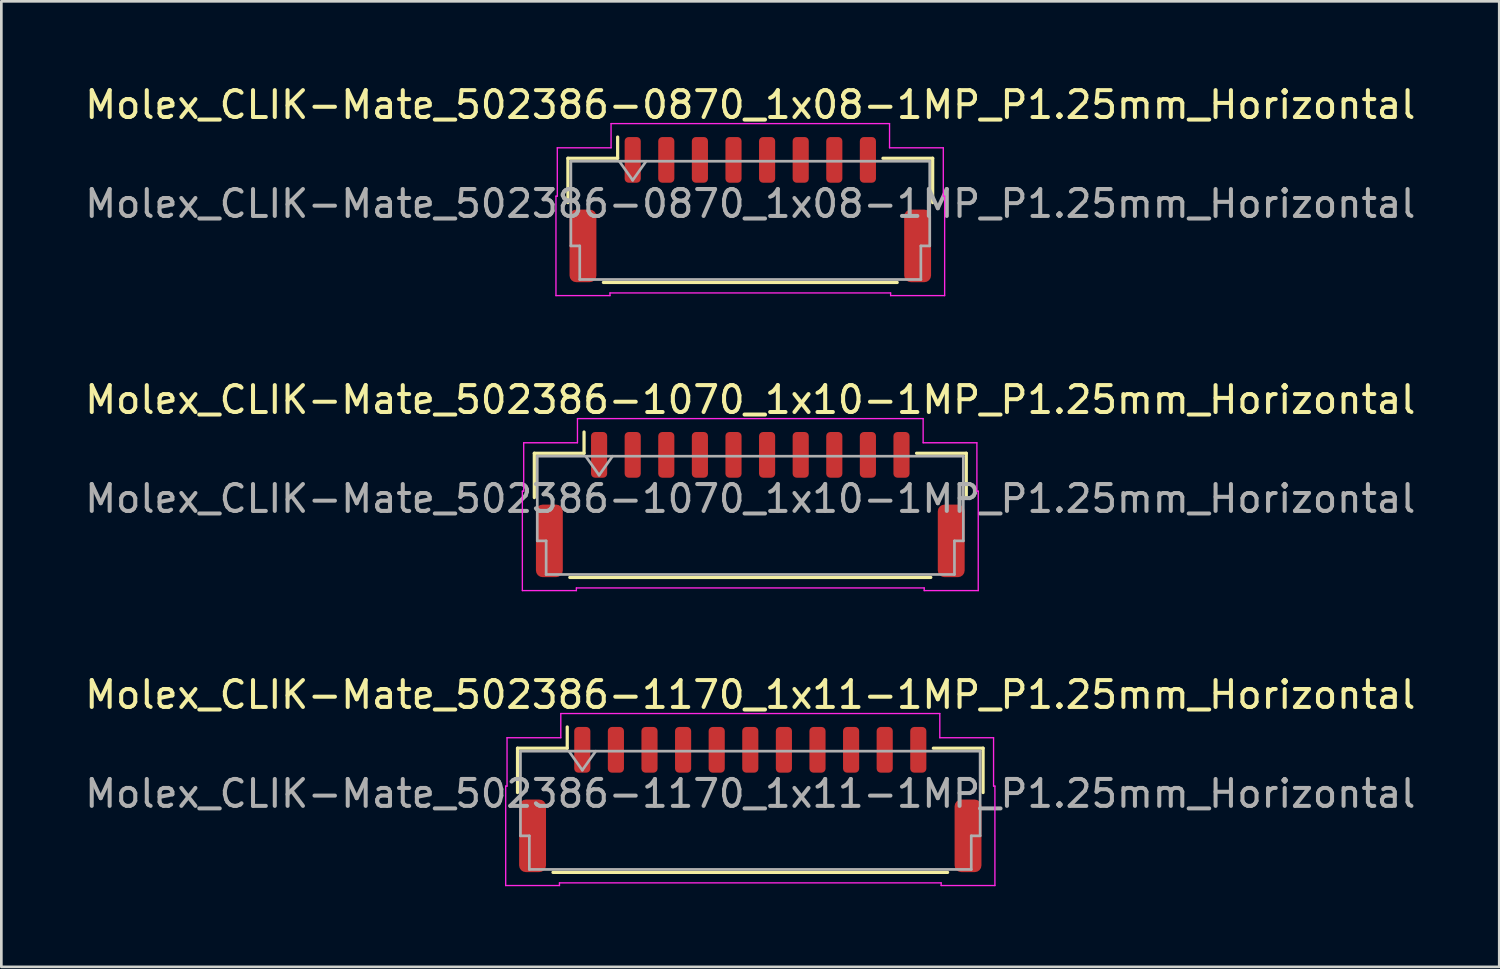
<source format=kicad_pcb>
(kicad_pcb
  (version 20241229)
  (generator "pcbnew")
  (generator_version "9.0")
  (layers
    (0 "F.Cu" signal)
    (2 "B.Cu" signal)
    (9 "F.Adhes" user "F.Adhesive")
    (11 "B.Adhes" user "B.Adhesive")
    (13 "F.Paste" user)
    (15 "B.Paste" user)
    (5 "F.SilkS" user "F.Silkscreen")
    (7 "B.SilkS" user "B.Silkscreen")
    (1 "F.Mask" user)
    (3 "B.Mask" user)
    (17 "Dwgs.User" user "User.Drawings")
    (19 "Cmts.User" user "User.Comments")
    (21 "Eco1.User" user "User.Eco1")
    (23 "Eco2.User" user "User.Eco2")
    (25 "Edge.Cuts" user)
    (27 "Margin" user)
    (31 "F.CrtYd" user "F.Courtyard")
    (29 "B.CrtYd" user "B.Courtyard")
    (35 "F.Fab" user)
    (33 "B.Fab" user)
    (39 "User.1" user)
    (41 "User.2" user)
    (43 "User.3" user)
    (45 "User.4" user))
  (footprint "Molex_CLIK-Mate_502386-1170_1x11-1MP_P1.25mm_Horizontal"
    (layer "F.Cu")
    (at 24.863 26.695)
    (property "Reference" "Molex_CLIK-Mate_502386-1170_1x11-1MP_P1.25mm_Horizontal" (at 0 -3.9 0) (layer "F.SilkS") (effects (font (size 1 1) (thickness 0.15))))
    (attr smd)
    (fp_line (start -8.66 -1.91) (end -6.81 -1.91) (stroke (width 0.12) (type solid)) (layer "F.SilkS"))
    (fp_line (start -8.66 -0.26) (end -8.66 -1.91) (stroke (width 0.12) (type solid)) (layer "F.SilkS"))
    (fp_line (start -7.34 2.71) (end 7.34 2.71) (stroke (width 0.12) (type solid)) (layer "F.SilkS"))
    (fp_line (start -6.81 -1.91) (end -6.81 -2.7) (stroke (width 0.12) (type solid)) (layer "F.SilkS"))
    (fp_line (start 8.66 -1.91) (end 6.81 -1.91) (stroke (width 0.12) (type solid)) (layer "F.SilkS"))
    (fp_line (start 8.66 -0.26) (end 8.66 -1.91) (stroke (width 0.12) (type solid)) (layer "F.SilkS"))
    (fp_line (start -9.1 -0.5) (end -9.05 -0.5) (stroke (width 0.05) (type solid)) (layer "F.CrtYd"))
    (fp_line (start -9.1 3.2) (end -9.1 -0.5) (stroke (width 0.05) (type solid)) (layer "F.CrtYd"))
    (fp_line (start -9.05 -2.3) (end -7.05 -2.3) (stroke (width 0.05) (type solid)) (layer "F.CrtYd"))
    (fp_line (start -9.05 -0.5) (end -9.05 -2.3) (stroke (width 0.05) (type solid)) (layer "F.CrtYd"))
    (fp_line (start -7.1 3.1) (end -7.1 3.2) (stroke (width 0.05) (type solid)) (layer "F.CrtYd"))
    (fp_line (start -7.1 3.2) (end -9.1 3.2) (stroke (width 0.05) (type solid)) (layer "F.CrtYd"))
    (fp_line (start -7.05 -3.2) (end 7.05 -3.2) (stroke (width 0.05) (type solid)) (layer "F.CrtYd"))
    (fp_line (start -7.05 -2.3) (end -7.05 -3.2) (stroke (width 0.05) (type solid)) (layer "F.CrtYd"))
    (fp_line (start 7.05 -3.2) (end 7.05 -2.3) (stroke (width 0.05) (type solid)) (layer "F.CrtYd"))
    (fp_line (start 7.05 -2.3) (end 9.05 -2.3) (stroke (width 0.05) (type solid)) (layer "F.CrtYd"))
    (fp_line (start 7.1 3.1) (end -7.1 3.1) (stroke (width 0.05) (type solid)) (layer "F.CrtYd"))
    (fp_line (start 7.1 3.2) (end 7.1 3.1) (stroke (width 0.05) (type solid)) (layer "F.CrtYd"))
    (fp_line (start 9.05 -2.3) (end 9.05 -0.5) (stroke (width 0.05) (type solid)) (layer "F.CrtYd"))
    (fp_line (start 9.05 -0.5) (end 9.1 -0.5) (stroke (width 0.05) (type solid)) (layer "F.CrtYd"))
    (fp_line (start 9.1 -0.5) (end 9.1 3.2) (stroke (width 0.05) (type solid)) (layer "F.CrtYd"))
    (fp_line (start 9.1 3.2) (end 7.1 3.2) (stroke (width 0.05) (type solid)) (layer "F.CrtYd"))
    (fp_line (start -8.55 -1.8) (end -8.55 1.35) (stroke (width 0.1) (type solid)) (layer "F.Fab"))
    (fp_line (start -8.55 -1.8) (end 8.55 -1.8) (stroke (width 0.1) (type solid)) (layer "F.Fab"))
    (fp_line (start -8.55 1.35) (end -8.22 1.35) (stroke (width 0.1) (type solid)) (layer "F.Fab"))
    (fp_line (start -8.22 1.35) (end -8.22 2.6) (stroke (width 0.1) (type solid)) (layer "F.Fab"))
    (fp_line (start -8.22 2.6) (end 8.22 2.6) (stroke (width 0.1) (type solid)) (layer "F.Fab"))
    (fp_line (start -6.75 -1.8) (end -6.25 -1.093) (stroke (width 0.1) (type solid)) (layer "F.Fab"))
    (fp_line (start -6.25 -1.093) (end -5.75 -1.8) (stroke (width 0.1) (type solid)) (layer "F.Fab"))
    (fp_line (start 8.22 1.35) (end 8.55 1.35) (stroke (width 0.1) (type solid)) (layer "F.Fab"))
    (fp_line (start 8.22 2.6) (end 8.22 1.35) (stroke (width 0.1) (type solid)) (layer "F.Fab"))
    (fp_line (start 8.55 -1.8) (end 8.55 1.35) (stroke (width 0.1) (type solid)) (layer "F.Fab"))
    (fp_text user "${REFERENCE}" (at 0 -0.22 0) (layer "F.Fab") (effects (font (size 1 1) (thickness 0.15))))
    (pad "1" smd roundrect (at -6.25 -1.85) (size 0.6 1.7) (layers "F.Cu" "F.Mask" "F.Paste") (roundrect_rratio 0.25))
    (pad "2" smd roundrect (at -5 -1.85) (size 0.6 1.7) (layers "F.Cu" "F.Mask" "F.Paste") (roundrect_rratio 0.25))
    (pad "3" smd roundrect (at -3.75 -1.85) (size 0.6 1.7) (layers "F.Cu" "F.Mask" "F.Paste") (roundrect_rratio 0.25))
    (pad "4" smd roundrect (at -2.5 -1.85) (size 0.6 1.7) (layers "F.Cu" "F.Mask" "F.Paste") (roundrect_rratio 0.25))
    (pad "5" smd roundrect (at -1.25 -1.85) (size 0.6 1.7) (layers "F.Cu" "F.Mask" "F.Paste") (roundrect_rratio 0.25))
    (pad "6" smd roundrect (at 0 -1.85) (size 0.6 1.7) (layers "F.Cu" "F.Mask" "F.Paste") (roundrect_rratio 0.25))
    (pad "7" smd roundrect (at 1.25 -1.85) (size 0.6 1.7) (layers "F.Cu" "F.Mask" "F.Paste") (roundrect_rratio 0.25))
    (pad "8" smd roundrect (at 2.5 -1.85) (size 0.6 1.7) (layers "F.Cu" "F.Mask" "F.Paste") (roundrect_rratio 0.25))
    (pad "9" smd roundrect (at 3.75 -1.85) (size 0.6 1.7) (layers "F.Cu" "F.Mask" "F.Paste") (roundrect_rratio 0.25))
    (pad "10" smd roundrect (at 5 -1.85) (size 0.6 1.7) (layers "F.Cu" "F.Mask" "F.Paste") (roundrect_rratio 0.25))
    (pad "11" smd roundrect (at 6.25 -1.85) (size 0.6 1.7) (layers "F.Cu" "F.Mask" "F.Paste") (roundrect_rratio 0.25))
    (pad "MP" smd roundrect (at -8.1 1.35) (size 1 2.7) (layers "F.Cu" "F.Mask" "F.Paste") (roundrect_rratio 0.25))
    (pad "MP" smd roundrect (at 8.1 1.35) (size 1 2.7) (layers "F.Cu" "F.Mask" "F.Paste") (roundrect_rratio 0.25)))
  (footprint "Molex_CLIK-Mate_502386-0870_1x08-1MP_P1.25mm_Horizontal"
    (layer "F.Cu")
    (at 24.863 4.748)
    (property "Reference" "Molex_CLIK-Mate_502386-0870_1x08-1MP_P1.25mm_Horizontal" (at 0 -3.9 0) (layer "F.SilkS") (effects (font (size 1 1) (thickness 0.15))))
    (attr smd)
    (fp_line (start -6.785 -1.91) (end -4.935 -1.91) (stroke (width 0.12) (type solid)) (layer "F.SilkS"))
    (fp_line (start -6.785 -0.26) (end -6.785 -1.91) (stroke (width 0.12) (type solid)) (layer "F.SilkS"))
    (fp_line (start -5.465 2.71) (end 5.465 2.71) (stroke (width 0.12) (type solid)) (layer "F.SilkS"))
    (fp_line (start -4.935 -1.91) (end -4.935 -2.7) (stroke (width 0.12) (type solid)) (layer "F.SilkS"))
    (fp_line (start 6.785 -1.91) (end 4.935 -1.91) (stroke (width 0.12) (type solid)) (layer "F.SilkS"))
    (fp_line (start 6.785 -0.26) (end 6.785 -1.91) (stroke (width 0.12) (type solid)) (layer "F.SilkS"))
    (fp_line (start -7.23 -0.5) (end -7.18 -0.5) (stroke (width 0.05) (type solid)) (layer "F.CrtYd"))
    (fp_line (start -7.23 3.2) (end -7.23 -0.5) (stroke (width 0.05) (type solid)) (layer "F.CrtYd"))
    (fp_line (start -7.18 -2.3) (end -5.18 -2.3) (stroke (width 0.05) (type solid)) (layer "F.CrtYd"))
    (fp_line (start -7.18 -0.5) (end -7.18 -2.3) (stroke (width 0.05) (type solid)) (layer "F.CrtYd"))
    (fp_line (start -5.22 3.1) (end -5.22 3.2) (stroke (width 0.05) (type solid)) (layer "F.CrtYd"))
    (fp_line (start -5.22 3.2) (end -7.23 3.2) (stroke (width 0.05) (type solid)) (layer "F.CrtYd"))
    (fp_line (start -5.18 -3.2) (end 5.18 -3.2) (stroke (width 0.05) (type solid)) (layer "F.CrtYd"))
    (fp_line (start -5.18 -2.3) (end -5.18 -3.2) (stroke (width 0.05) (type solid)) (layer "F.CrtYd"))
    (fp_line (start 5.18 -3.2) (end 5.18 -2.3) (stroke (width 0.05) (type solid)) (layer "F.CrtYd"))
    (fp_line (start 5.18 -2.3) (end 7.18 -2.3) (stroke (width 0.05) (type solid)) (layer "F.CrtYd"))
    (fp_line (start 5.22 3.1) (end -5.22 3.1) (stroke (width 0.05) (type solid)) (layer "F.CrtYd"))
    (fp_line (start 5.22 3.2) (end 5.22 3.1) (stroke (width 0.05) (type solid)) (layer "F.CrtYd"))
    (fp_line (start 7.18 -2.3) (end 7.18 -0.5) (stroke (width 0.05) (type solid)) (layer "F.CrtYd"))
    (fp_line (start 7.18 -0.5) (end 7.23 -0.5) (stroke (width 0.05) (type solid)) (layer "F.CrtYd"))
    (fp_line (start 7.23 -0.5) (end 7.23 3.2) (stroke (width 0.05) (type solid)) (layer "F.CrtYd"))
    (fp_line (start 7.23 3.2) (end 5.22 3.2) (stroke (width 0.05) (type solid)) (layer "F.CrtYd"))
    (fp_line (start -6.675 -1.8) (end -6.675 1.35) (stroke (width 0.1) (type solid)) (layer "F.Fab"))
    (fp_line (start -6.675 -1.8) (end 6.675 -1.8) (stroke (width 0.1) (type solid)) (layer "F.Fab"))
    (fp_line (start -6.675 1.35) (end -6.345 1.35) (stroke (width 0.1) (type solid)) (layer "F.Fab"))
    (fp_line (start -6.345 1.35) (end -6.345 2.6) (stroke (width 0.1) (type solid)) (layer "F.Fab"))
    (fp_line (start -6.345 2.6) (end 6.345 2.6) (stroke (width 0.1) (type solid)) (layer "F.Fab"))
    (fp_line (start -4.875 -1.8) (end -4.375 -1.093) (stroke (width 0.1) (type solid)) (layer "F.Fab"))
    (fp_line (start -4.375 -1.093) (end -3.875 -1.8) (stroke (width 0.1) (type solid)) (layer "F.Fab"))
    (fp_line (start 6.345 1.35) (end 6.675 1.35) (stroke (width 0.1) (type solid)) (layer "F.Fab"))
    (fp_line (start 6.345 2.6) (end 6.345 1.35) (stroke (width 0.1) (type solid)) (layer "F.Fab"))
    (fp_line (start 6.675 -1.8) (end 6.675 1.35) (stroke (width 0.1) (type solid)) (layer "F.Fab"))
    (fp_text user "${REFERENCE}" (at 0 -0.22 0) (layer "F.Fab") (effects (font (size 1 1) (thickness 0.15))))
    (pad "1" smd roundrect (at -4.375 -1.85) (size 0.6 1.7) (layers "F.Cu" "F.Mask" "F.Paste") (roundrect_rratio 0.25))
    (pad "2" smd roundrect (at -3.125 -1.85) (size 0.6 1.7) (layers "F.Cu" "F.Mask" "F.Paste") (roundrect_rratio 0.25))
    (pad "3" smd roundrect (at -1.875 -1.85) (size 0.6 1.7) (layers "F.Cu" "F.Mask" "F.Paste") (roundrect_rratio 0.25))
    (pad "4" smd roundrect (at -0.625 -1.85) (size 0.6 1.7) (layers "F.Cu" "F.Mask" "F.Paste") (roundrect_rratio 0.25))
    (pad "5" smd roundrect (at 0.625 -1.85) (size 0.6 1.7) (layers "F.Cu" "F.Mask" "F.Paste") (roundrect_rratio 0.25))
    (pad "6" smd roundrect (at 1.875 -1.85) (size 0.6 1.7) (layers "F.Cu" "F.Mask" "F.Paste") (roundrect_rratio 0.25))
    (pad "7" smd roundrect (at 3.125 -1.85) (size 0.6 1.7) (layers "F.Cu" "F.Mask" "F.Paste") (roundrect_rratio 0.25))
    (pad "8" smd roundrect (at 4.375 -1.85) (size 0.6 1.7) (layers "F.Cu" "F.Mask" "F.Paste") (roundrect_rratio 0.25))
    (pad "MP" smd roundrect (at -6.225 1.35) (size 1 2.7) (layers "F.Cu" "F.Mask" "F.Paste") (roundrect_rratio 0.25))
    (pad "MP" smd roundrect (at 6.225 1.35) (size 1 2.7) (layers "F.Cu" "F.Mask" "F.Paste") (roundrect_rratio 0.25)))
  (footprint "Molex_CLIK-Mate_502386-1070_1x10-1MP_P1.25mm_Horizontal"
    (layer "F.Cu")
    (at 24.863 15.722)
    (property "Reference" "Molex_CLIK-Mate_502386-1070_1x10-1MP_P1.25mm_Horizontal" (at 0 -3.9 0) (layer "F.SilkS") (effects (font (size 1 1) (thickness 0.15))))
    (attr smd)
    (fp_line (start -8.035 -1.91) (end -6.185 -1.91) (stroke (width 0.12) (type solid)) (layer "F.SilkS"))
    (fp_line (start -8.035 -0.26) (end -8.035 -1.91) (stroke (width 0.12) (type solid)) (layer "F.SilkS"))
    (fp_line (start -6.715 2.71) (end 6.715 2.71) (stroke (width 0.12) (type solid)) (layer "F.SilkS"))
    (fp_line (start -6.185 -1.91) (end -6.185 -2.7) (stroke (width 0.12) (type solid)) (layer "F.SilkS"))
    (fp_line (start 8.035 -1.91) (end 6.185 -1.91) (stroke (width 0.12) (type solid)) (layer "F.SilkS"))
    (fp_line (start 8.035 -0.26) (end 8.035 -1.91) (stroke (width 0.12) (type solid)) (layer "F.SilkS"))
    (fp_line (start -8.48 -0.5) (end -8.43 -0.5) (stroke (width 0.05) (type solid)) (layer "F.CrtYd"))
    (fp_line (start -8.48 3.2) (end -8.48 -0.5) (stroke (width 0.05) (type solid)) (layer "F.CrtYd"))
    (fp_line (start -8.43 -2.3) (end -6.43 -2.3) (stroke (width 0.05) (type solid)) (layer "F.CrtYd"))
    (fp_line (start -8.43 -0.5) (end -8.43 -2.3) (stroke (width 0.05) (type solid)) (layer "F.CrtYd"))
    (fp_line (start -6.47 3.1) (end -6.47 3.2) (stroke (width 0.05) (type solid)) (layer "F.CrtYd"))
    (fp_line (start -6.47 3.2) (end -8.48 3.2) (stroke (width 0.05) (type solid)) (layer "F.CrtYd"))
    (fp_line (start -6.43 -3.2) (end 6.43 -3.2) (stroke (width 0.05) (type solid)) (layer "F.CrtYd"))
    (fp_line (start -6.43 -2.3) (end -6.43 -3.2) (stroke (width 0.05) (type solid)) (layer "F.CrtYd"))
    (fp_line (start 6.43 -3.2) (end 6.43 -2.3) (stroke (width 0.05) (type solid)) (layer "F.CrtYd"))
    (fp_line (start 6.43 -2.3) (end 8.43 -2.3) (stroke (width 0.05) (type solid)) (layer "F.CrtYd"))
    (fp_line (start 6.47 3.1) (end -6.47 3.1) (stroke (width 0.05) (type solid)) (layer "F.CrtYd"))
    (fp_line (start 6.47 3.2) (end 6.47 3.1) (stroke (width 0.05) (type solid)) (layer "F.CrtYd"))
    (fp_line (start 8.43 -2.3) (end 8.43 -0.5) (stroke (width 0.05) (type solid)) (layer "F.CrtYd"))
    (fp_line (start 8.43 -0.5) (end 8.48 -0.5) (stroke (width 0.05) (type solid)) (layer "F.CrtYd"))
    (fp_line (start 8.48 -0.5) (end 8.48 3.2) (stroke (width 0.05) (type solid)) (layer "F.CrtYd"))
    (fp_line (start 8.48 3.2) (end 6.47 3.2) (stroke (width 0.05) (type solid)) (layer "F.CrtYd"))
    (fp_line (start -7.925 -1.8) (end -7.925 1.35) (stroke (width 0.1) (type solid)) (layer "F.Fab"))
    (fp_line (start -7.925 -1.8) (end 7.925 -1.8) (stroke (width 0.1) (type solid)) (layer "F.Fab"))
    (fp_line (start -7.925 1.35) (end -7.595 1.35) (stroke (width 0.1) (type solid)) (layer "F.Fab"))
    (fp_line (start -7.595 1.35) (end -7.595 2.6) (stroke (width 0.1) (type solid)) (layer "F.Fab"))
    (fp_line (start -7.595 2.6) (end 7.595 2.6) (stroke (width 0.1) (type solid)) (layer "F.Fab"))
    (fp_line (start -6.125 -1.8) (end -5.625 -1.093) (stroke (width 0.1) (type solid)) (layer "F.Fab"))
    (fp_line (start -5.625 -1.093) (end -5.125 -1.8) (stroke (width 0.1) (type solid)) (layer "F.Fab"))
    (fp_line (start 7.595 1.35) (end 7.925 1.35) (stroke (width 0.1) (type solid)) (layer "F.Fab"))
    (fp_line (start 7.595 2.6) (end 7.595 1.35) (stroke (width 0.1) (type solid)) (layer "F.Fab"))
    (fp_line (start 7.925 -1.8) (end 7.925 1.35) (stroke (width 0.1) (type solid)) (layer "F.Fab"))
    (fp_text user "${REFERENCE}" (at 0 -0.22 0) (layer "F.Fab") (effects (font (size 1 1) (thickness 0.15))))
    (pad "1" smd roundrect (at -5.625 -1.85) (size 0.6 1.7) (layers "F.Cu" "F.Mask" "F.Paste") (roundrect_rratio 0.25))
    (pad "2" smd roundrect (at -4.375 -1.85) (size 0.6 1.7) (layers "F.Cu" "F.Mask" "F.Paste") (roundrect_rratio 0.25))
    (pad "3" smd roundrect (at -3.125 -1.85) (size 0.6 1.7) (layers "F.Cu" "F.Mask" "F.Paste") (roundrect_rratio 0.25))
    (pad "4" smd roundrect (at -1.875 -1.85) (size 0.6 1.7) (layers "F.Cu" "F.Mask" "F.Paste") (roundrect_rratio 0.25))
    (pad "5" smd roundrect (at -0.625 -1.85) (size 0.6 1.7) (layers "F.Cu" "F.Mask" "F.Paste") (roundrect_rratio 0.25))
    (pad "6" smd roundrect (at 0.625 -1.85) (size 0.6 1.7) (layers "F.Cu" "F.Mask" "F.Paste") (roundrect_rratio 0.25))
    (pad "7" smd roundrect (at 1.875 -1.85) (size 0.6 1.7) (layers "F.Cu" "F.Mask" "F.Paste") (roundrect_rratio 0.25))
    (pad "8" smd roundrect (at 3.125 -1.85) (size 0.6 1.7) (layers "F.Cu" "F.Mask" "F.Paste") (roundrect_rratio 0.25))
    (pad "9" smd roundrect (at 4.375 -1.85) (size 0.6 1.7) (layers "F.Cu" "F.Mask" "F.Paste") (roundrect_rratio 0.25))
    (pad "10" smd roundrect (at 5.625 -1.85) (size 0.6 1.7) (layers "F.Cu" "F.Mask" "F.Paste") (roundrect_rratio 0.25))
    (pad "MP" smd roundrect (at -7.475 1.35) (size 1 2.7) (layers "F.Cu" "F.Mask" "F.Paste") (roundrect_rratio 0.25))
    (pad "MP" smd roundrect (at 7.475 1.35) (size 1 2.7) (layers "F.Cu" "F.Mask" "F.Paste") (roundrect_rratio 0.25)))
  (gr_rect
    (start -3 -3)
    (end 52.726 32.92)
    (stroke (width 0.1) (type default))
    (fill no)
    (layer "Edge.Cuts")))
</source>
